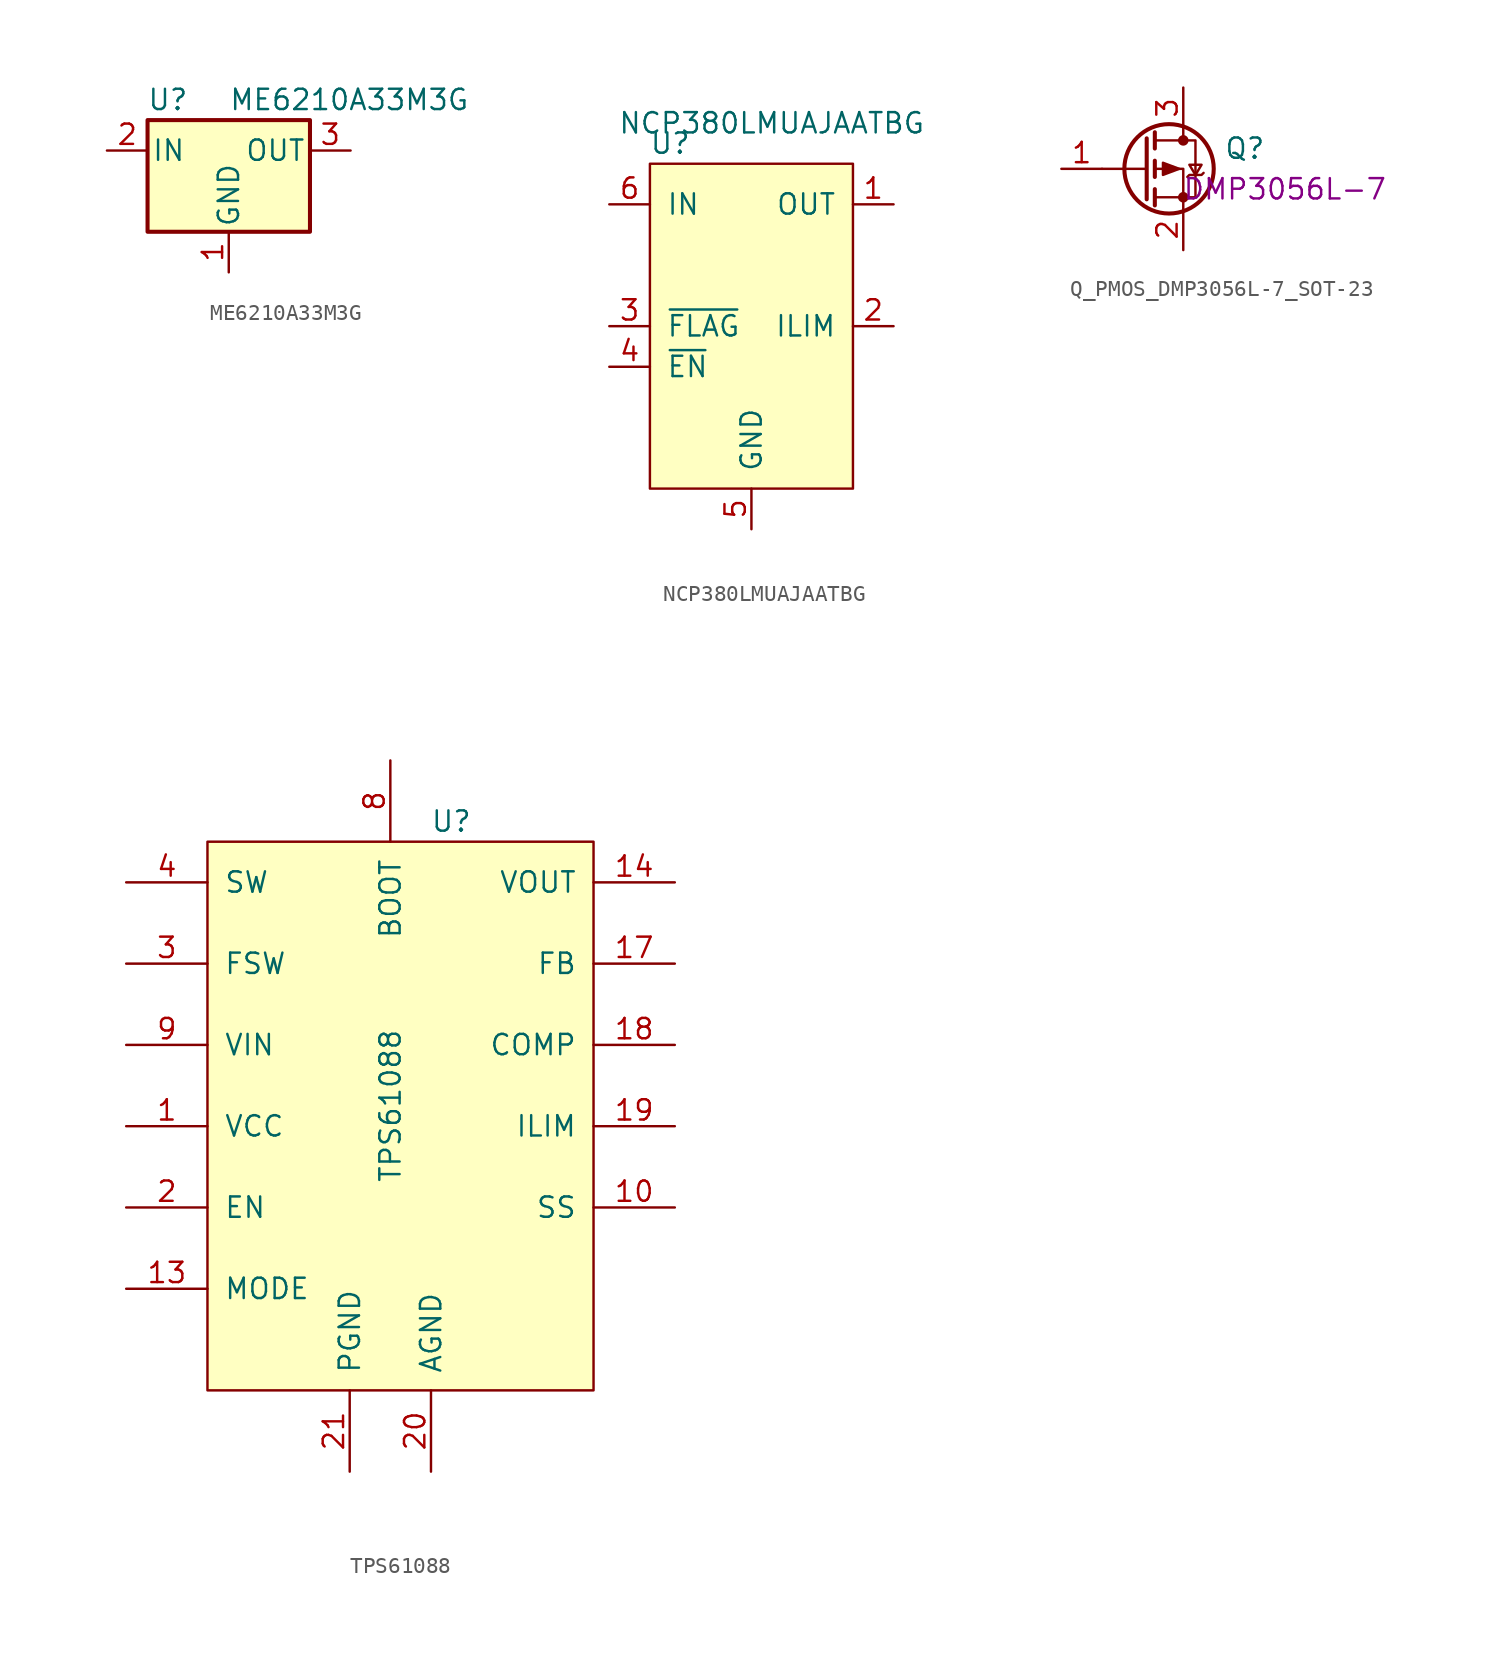
<source format=kicad_sym>
(kicad_symbol_lib
  (version 20201005)
  (generator kicad_symbol_editor)
  (symbol "Manual_Lib:ME6210A33M3G"
    (pin_names
      (offset 0.254))
    (property "Reference" "U"
      (at -3.81 3.175 0)
      (effects (font (size 1.27 1.27))))
    (property "Value" "ME6210A33M3G"
      (at 0 3.175 0)
      (effects (font (size 1.27 1.27)) (justify left)))
    (symbol "ME6210A33M3G_0_1"
      (rectangle (start -5.08 1.905) (end 5.08 -5.08) (stroke (width 0.254)) (fill (type background))))
    (symbol "ME6210A33M3G_1_1"
      (pin power_in line (at 0 -7.62 90) (length 2.54) (name "GND" (effects (font (size 1.27 1.27)))) (number "1" (effects (font (size 1.27 1.27)))))
      (pin power_in line (at -7.62 0 0) (length 2.54) (name "IN" (effects (font (size 1.27 1.27)))) (number "2" (effects (font (size 1.27 1.27)))))
      (pin power_out line (at 7.62 0 180) (length 2.54) (name "OUT" (effects (font (size 1.27 1.27)))) (number "3" (effects (font (size 1.27 1.27)))))))
  (symbol "Manual_Lib:NCP380LMUAJAATBG"
    (pin_names
      (offset 1.016))
    (property "Reference" "U"
      (at -5.08 8.89 0)
      (effects (font (size 1.27 1.27))))
    (property "Value" "NCP380LMUAJAATBG"
      (at 1.27 10.16 0)
      (effects (font (size 1.27 1.27))))
    (symbol "NCP380LMUAJAATBG_0_1"
      (rectangle (start -6.35 7.62) (end 6.35 -12.7) (stroke (width 0)) (fill (type background))))
    (symbol "NCP380LMUAJAATBG_1_1"
      (pin power_out line (at 8.89 5.08 180) (length 2.54) (name "OUT" (effects (font (size 1.27 1.27)))) (number "1" (effects (font (size 1.27 1.27)))))
      (pin passive line (at 8.89 -2.54 180) (length 2.54) (name "ILIM" (effects (font (size 1.27 1.27)))) (number "2" (effects (font (size 1.27 1.27)))))
      (pin output line (at -8.89 -2.54 0) (length 2.54) (name "~FLAG" (effects (font (size 1.27 1.27)))) (number "3" (effects (font (size 1.27 1.27)))))
      (pin input line (at -8.89 -5.08 0) (length 2.54) (name "~EN" (effects (font (size 1.27 1.27)))) (number "4" (effects (font (size 1.27 1.27)))))
      (pin power_in line (at 0 -15.24 90) (length 2.54) (name "GND" (effects (font (size 1.27 1.27)))) (number "5" (effects (font (size 1.27 1.27)))))
      (pin power_in line (at -8.89 5.08 0) (length 2.54) (name "IN" (effects (font (size 1.27 1.27)))) (number "6" (effects (font (size 1.27 1.27)))))
      (pin passive line (at 0 -15.24 90) (length 2.54) hide (name "PAD" (effects (font (size 1.27 1.27)))) (number "7" (effects (font (size 1.27 1.27)))))))
  (symbol "Manual_Lib:Q_PMOS_DMP3056L-7_SOT-23"
    (pin_names
      (offset 0) hide)
    (property "Reference" "Q"
      (at 5.08 1.27 0)
      (effects (font (size 1.27 1.27)) (justify left)))
    (property "Mfg PN" "DMP3056L-7"
      (at 8.89 -1.27 0)
      (effects (font (size 1.27 1.27))))
    (symbol "Q_PMOS_DMP3056L-7_SOT-23_0_1"
      (circle (center 1.651 0) (radius 2.794) (stroke (width 0.254)) (fill (type none)))
      (circle (center 2.54 -1.778) (radius 0.254) (stroke (width 0)) (fill (type outline)))
      (circle (center 2.54 1.778) (radius 0.254) (stroke (width 0)) (fill (type outline)))
      (polyline (pts (xy 0.254 0) (xy -2.54 0)) (stroke (width 0)) (fill (type none)))
      (polyline (pts (xy 0.254 1.905) (xy 0.254 -1.905)) (stroke (width 0.254)) (fill (type none)))
      (polyline (pts (xy 0.762 -1.27) (xy 0.762 -2.286)) (stroke (width 0.254)) (fill (type none)))
      (polyline (pts (xy 0.762 0.508) (xy 0.762 -0.508)) (stroke (width 0.254)) (fill (type none)))
      (polyline (pts (xy 0.762 2.286) (xy 0.762 1.27)) (stroke (width 0.254)) (fill (type none)))
      (polyline (pts (xy 2.54 2.54) (xy 2.54 1.778)) (stroke (width 0)) (fill (type none)))
      (polyline (pts (xy 2.54 -2.54) (xy 2.54 0) (xy 0.762 0)) (stroke (width 0)) (fill (type none)))
      (polyline (pts (xy 0.762 1.778) (xy 3.302 1.778) (xy 3.302 -1.778) (xy 0.762 -1.778)) (stroke (width 0)) (fill (type none)))
      (polyline (pts (xy 2.286 0) (xy 1.27 0.381) (xy 1.27 -0.381) (xy 2.286 0)) (stroke (width 0)) (fill (type outline)))
      (polyline (pts (xy 2.794 -0.508) (xy 2.921 -0.381) (xy 3.683 -0.381) (xy 3.81 -0.254)) (stroke (width 0)) (fill (type none)))
      (polyline (pts (xy 3.302 -0.381) (xy 2.921 0.254) (xy 3.683 0.254) (xy 3.302 -0.381)) (stroke (width 0)) (fill (type none))))
    (symbol "Q_PMOS_DMP3056L-7_SOT-23_1_1"
      (pin input line (at -5.08 0 0) (length 2.54) (name "G" (effects (font (size 1.27 1.27)))) (number "1" (effects (font (size 1.27 1.27)))))
      (pin passive line (at 2.54 -5.08 90) (length 2.54) (name "S" (effects (font (size 1.27 1.27)))) (number "2" (effects (font (size 1.27 1.27)))))
      (pin passive line (at 2.54 5.08 270) (length 2.54) (name "D" (effects (font (size 1.27 1.27)))) (number "3" (effects (font (size 1.27 1.27)))))))
  (symbol "Manual_Lib:TPS61088"
    (pin_names
      (offset 1.016))
    (property "Reference" "U"
      (at 3.81 16.51 0)
      (effects (font (size 1.27 1.27))))
    (property "Value" "TPS61088"
      (at 0 -1.27 90)
      (effects (font (size 1.27 1.27))))
    (symbol "TPS61088_0_1"
      (rectangle (start 12.7 -19.05) (end -11.43 15.24) (stroke (width 0)) (fill (type background))))
    (symbol "TPS61088_1_1"
      (pin power_out line (at -16.51 -2.54 0) (length 5.08) (name "VCC" (effects (font (size 1.27 1.27)))) (number "1" (effects (font (size 1.27 1.27)))))
      (pin output line (at 17.78 -7.62 180) (length 5.08) (name "SS" (effects (font (size 1.27 1.27)))) (number "10" (effects (font (size 1.27 1.27)))))
      (pin passive line (at -2.54 -24.13 90) (length 5.08) hide (name "NC" (effects (font (size 1.27 1.27)))) (number "11" (effects (font (size 1.27 1.27)))))
      (pin passive line (at -2.54 -24.13 90) (length 5.08) hide (name "NC" (effects (font (size 1.27 1.27)))) (number "12" (effects (font (size 1.27 1.27)))))
      (pin input line (at -16.51 -12.7 0) (length 5.08) (name "MODE" (effects (font (size 1.27 1.27)))) (number "13" (effects (font (size 1.27 1.27)))))
      (pin power_out line (at 17.78 12.7 180) (length 5.08) (name "VOUT" (effects (font (size 1.27 1.27)))) (number "14" (effects (font (size 1.27 1.27)))))
      (pin passive line (at 17.78 12.7 180) (length 5.08) hide (name "VOUT" (effects (font (size 1.27 1.27)))) (number "15" (effects (font (size 1.27 1.27)))))
      (pin passive line (at 17.78 12.7 180) (length 5.08) hide (name "VOUT" (effects (font (size 1.27 1.27)))) (number "16" (effects (font (size 1.27 1.27)))))
      (pin input line (at 17.78 7.62 180) (length 5.08) (name "FB" (effects (font (size 1.27 1.27)))) (number "17" (effects (font (size 1.27 1.27)))))
      (pin passive line (at 17.78 2.54 180) (length 5.08) (name "COMP" (effects (font (size 1.27 1.27)))) (number "18" (effects (font (size 1.27 1.27)))))
      (pin passive line (at 17.78 -2.54 180) (length 5.08) (name "ILIM" (effects (font (size 1.27 1.27)))) (number "19" (effects (font (size 1.27 1.27)))))
      (pin input line (at -16.51 -7.62 0) (length 5.08) (name "EN" (effects (font (size 1.27 1.27)))) (number "2" (effects (font (size 1.27 1.27)))))
      (pin power_in line (at 2.54 -24.13 90) (length 5.08) (name "AGND" (effects (font (size 1.27 1.27)))) (number "20" (effects (font (size 1.27 1.27)))))
      (pin power_in line (at -2.54 -24.13 90) (length 5.08) (name "PGND" (effects (font (size 1.27 1.27)))) (number "21" (effects (font (size 1.27 1.27)))))
      (pin input line (at -16.51 7.62 0) (length 5.08) (name "FSW" (effects (font (size 1.27 1.27)))) (number "3" (effects (font (size 1.27 1.27)))))
      (pin power_in line (at -16.51 12.7 0) (length 5.08) (name "SW" (effects (font (size 1.27 1.27)))) (number "4" (effects (font (size 1.27 1.27)))))
      (pin passive line (at -16.51 12.7 0) (length 5.08) hide (name "SW" (effects (font (size 1.27 1.27)))) (number "5" (effects (font (size 1.27 1.27)))))
      (pin passive line (at -16.51 12.7 0) (length 5.08) hide (name "SW" (effects (font (size 1.27 1.27)))) (number "6" (effects (font (size 1.27 1.27)))))
      (pin passive line (at -16.51 12.7 0) (length 5.08) hide (name "SW" (effects (font (size 1.27 1.27)))) (number "7" (effects (font (size 1.27 1.27)))))
      (pin passive line (at 0 20.32 270) (length 5.08) (name "BOOT" (effects (font (size 1.27 1.27)))) (number "8" (effects (font (size 1.27 1.27)))))
      (pin power_in line (at -16.51 2.54 0) (length 5.08) (name "VIN" (effects (font (size 1.27 1.27)))) (number "9" (effects (font (size 1.27 1.27))))))))
</source>
